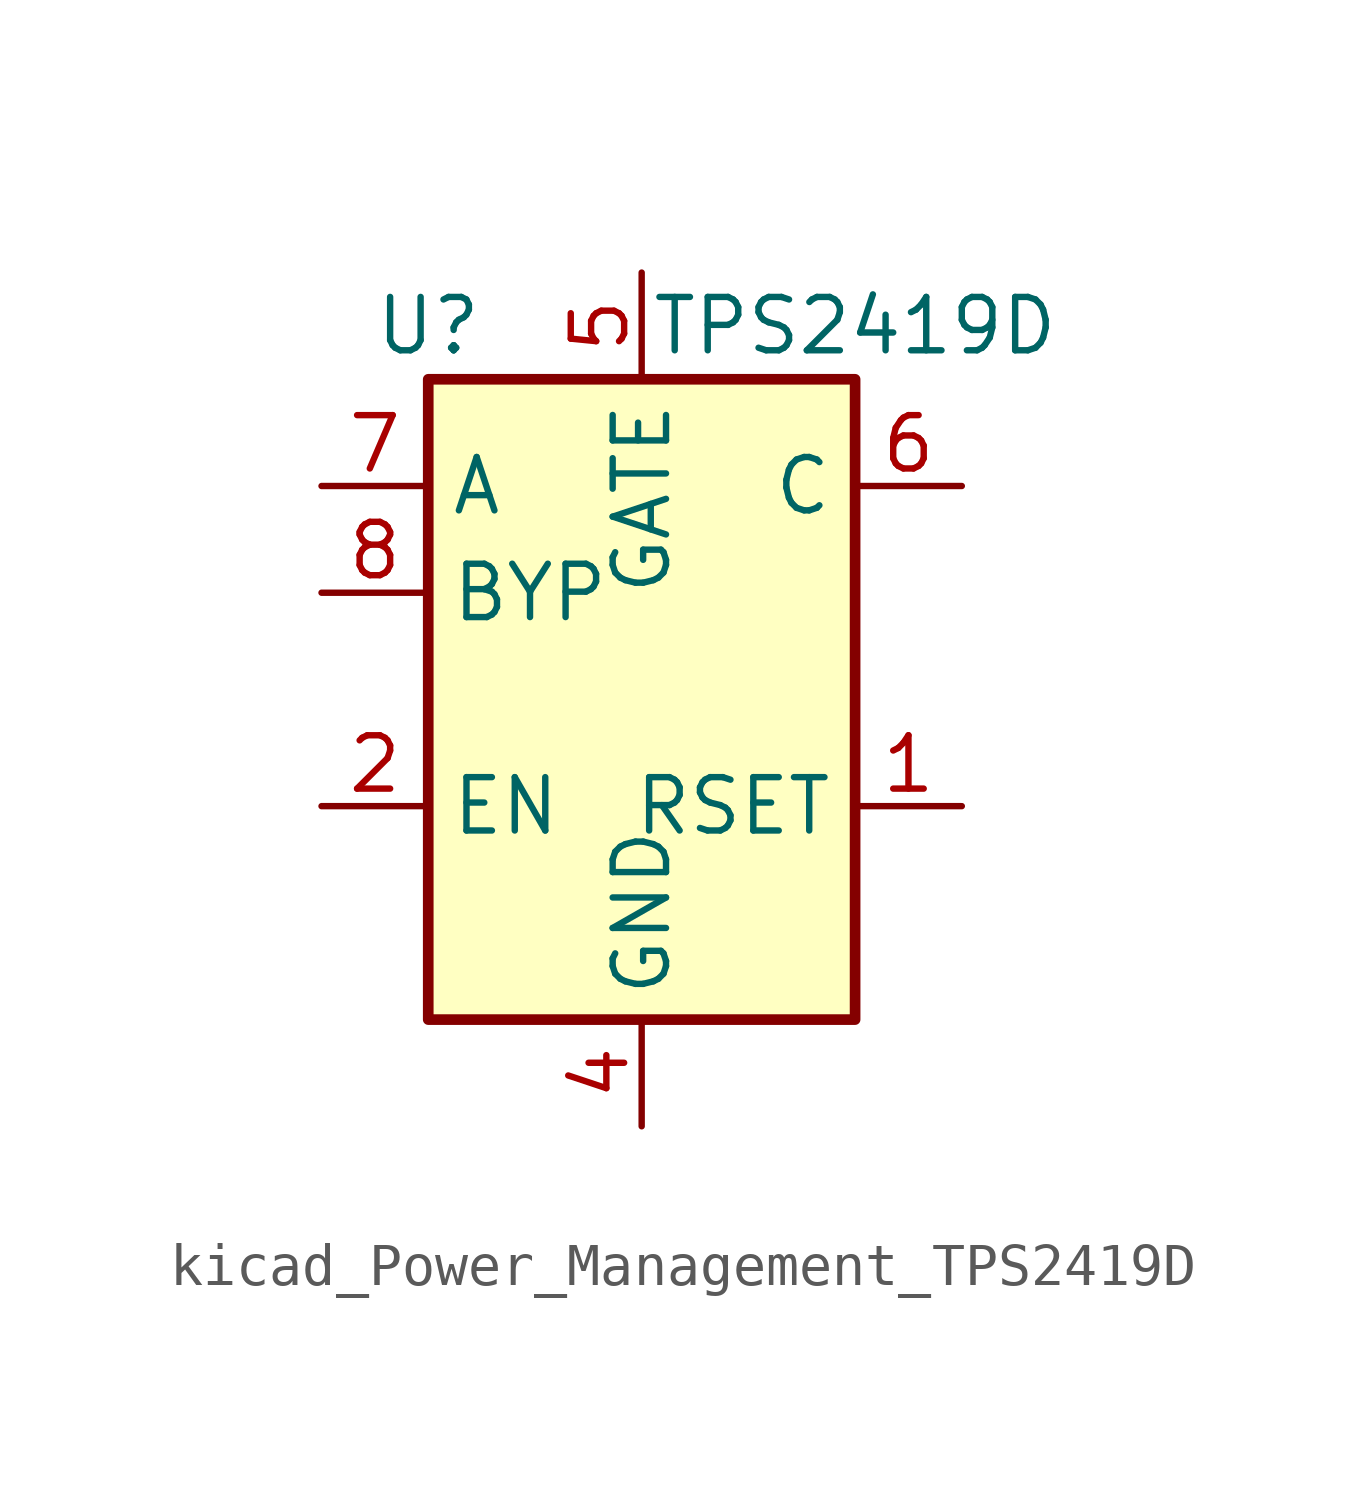
<source format=kicad_sym>
(kicad_symbol_lib
  (version 20220914)
  (generator kicad_symbol_editor)
  (symbol "kicad_Power_Management_TPS2419D"
    (property "Reference" "U"
      (at -5.08 8.89 0)
      (effects (font (size 1.27 1.27))))
    (property "Value" "TPS2419D"
      (at 5.08 8.89 0)
      (effects (font (size 1.27 1.27))))
    (symbol "kicad_Power_Management_TPS2419D_0_1"
      (rectangle (start -5.08 7.62) (end 5.08 -7.62) (stroke (width 0.254) (type default)) (fill (type background))))
    (symbol "kicad_Power_Management_TPS2419D_1_1"
      (pin passive line (at 7.62 -2.54 180) (length 2.54) (name "RSET" (effects (font (size 1.27 1.27)))) (number "1" (effects (font (size 1.27 1.27)))))
      (pin input line (at -7.62 -2.54 0) (length 2.54) (name "EN" (effects (font (size 1.27 1.27)))) (number "2" (effects (font (size 1.27 1.27)))))
      (pin passive line (at 0 -10.16 90) (length 2.54) hide (name "GND" (effects (font (size 1.27 1.27)))) (number "3" (effects (font (size 1.27 1.27)))))
      (pin power_in line (at 0 -10.16 90) (length 2.54) (name "GND" (effects (font (size 1.27 1.27)))) (number "4" (effects (font (size 1.27 1.27)))))
      (pin output line (at 0 10.16 270) (length 2.54) (name "GATE" (effects (font (size 1.27 1.27)))) (number "5" (effects (font (size 1.27 1.27)))))
      (pin input line (at 7.62 5.08 180) (length 2.54) (name "C" (effects (font (size 1.27 1.27)))) (number "6" (effects (font (size 1.27 1.27)))))
      (pin input line (at -7.62 5.08 0) (length 2.54) (name "A" (effects (font (size 1.27 1.27)))) (number "7" (effects (font (size 1.27 1.27)))))
      (pin passive line (at -7.62 2.54 0) (length 2.54) (name "BYP" (effects (font (size 1.27 1.27)))) (number "8" (effects (font (size 1.27 1.27))))))))
</source>
